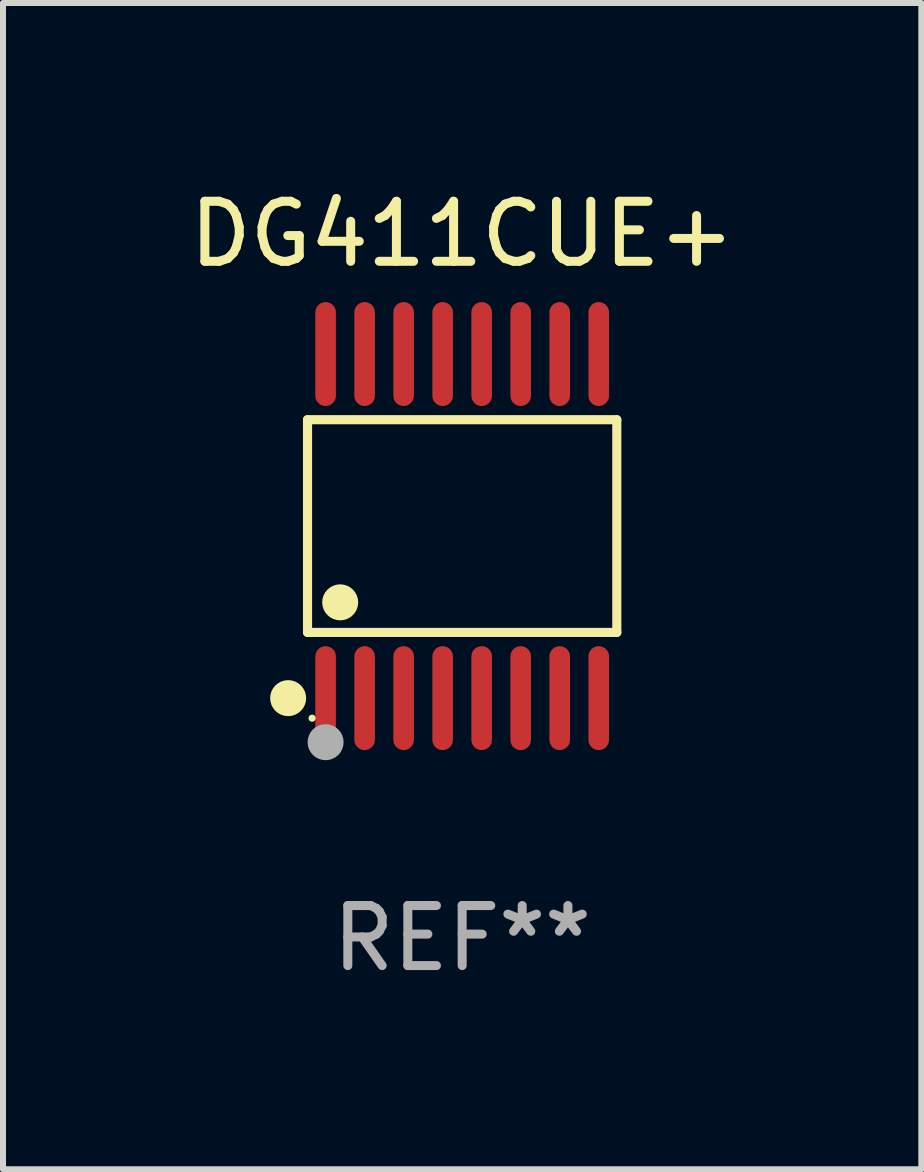
<source format=kicad_pcb>
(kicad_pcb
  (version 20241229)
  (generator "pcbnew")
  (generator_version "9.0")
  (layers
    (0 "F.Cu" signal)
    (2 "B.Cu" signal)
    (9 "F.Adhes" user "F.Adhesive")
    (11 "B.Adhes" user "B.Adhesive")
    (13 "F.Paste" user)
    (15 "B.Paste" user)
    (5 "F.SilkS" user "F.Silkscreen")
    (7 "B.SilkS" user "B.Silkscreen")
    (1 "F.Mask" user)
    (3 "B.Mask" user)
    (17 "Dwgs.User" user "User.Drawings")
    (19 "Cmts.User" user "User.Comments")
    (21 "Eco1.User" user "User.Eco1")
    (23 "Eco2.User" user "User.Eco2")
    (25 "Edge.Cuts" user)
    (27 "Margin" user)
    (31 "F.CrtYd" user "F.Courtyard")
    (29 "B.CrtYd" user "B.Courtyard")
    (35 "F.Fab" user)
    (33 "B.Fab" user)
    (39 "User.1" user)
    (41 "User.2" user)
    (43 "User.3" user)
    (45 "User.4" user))
  (footprint "DG411CUE+"
    (layer "F.Cu")
    (at 4.649 5.714)
    (property "Reference" "DG411CUE+" (at 0 -4.866 0) (layer "F.SilkS") (effects (font (size 1 1) (thickness 0.15))))
    (attr through_hole)
    (fp_line (start -2.576 -1.772) (end 2.576 -1.772) (stroke (width 0.152) (type solid)) (layer "F.SilkS"))
    (fp_line (start -2.576 1.771) (end -2.576 -1.772) (stroke (width 0.152) (type solid)) (layer "F.SilkS"))
    (fp_line (start 2.576 -1.772) (end 2.576 1.771) (stroke (width 0.152) (type solid)) (layer "F.SilkS"))
    (fp_line (start 2.576 1.771) (end -2.576 1.771) (stroke (width 0.152) (type solid)) (layer "F.SilkS"))
    (fp_circle (center -2.899 2.866) (end -2.749 2.866) (stroke (width 0.3) (type solid)) (fill no) (layer "F.SilkS"))
    (fp_circle (center -2.5 3.2) (end -2.47 3.2) (stroke (width 0.06) (type solid)) (fill no) (layer "F.SilkS"))
    (fp_circle (center -2.032 1.27) (end -1.882 1.27) (stroke (width 0.3) (type solid)) (fill no) (layer "F.SilkS"))
    (fp_circle (center -2.275 3.6) (end -2.125 3.6) (stroke (width 0.3) (type solid)) (fill no) (layer "F.Fab"))
    (fp_text user "REF**" (at 0 6.866 0) (layer "F.Fab") (effects (font (size 1 1) (thickness 0.15))))
    (pad "1" smd oval (at -2.275 2.866) (size 0.343 1.731) (layers "F.Cu" "F.Mask" "F.Paste"))
    (pad "2" smd oval (at -1.625 2.866) (size 0.343 1.731) (layers "F.Cu" "F.Mask" "F.Paste"))
    (pad "3" smd oval (at -0.975 2.866) (size 0.343 1.731) (layers "F.Cu" "F.Mask" "F.Paste"))
    (pad "4" smd oval (at -0.325 2.866) (size 0.343 1.731) (layers "F.Cu" "F.Mask" "F.Paste"))
    (pad "5" smd oval (at 0.325 2.866) (size 0.343 1.731) (layers "F.Cu" "F.Mask" "F.Paste"))
    (pad "6" smd oval (at 0.975 2.866) (size 0.343 1.731) (layers "F.Cu" "F.Mask" "F.Paste"))
    (pad "7" smd oval (at 1.625 2.866) (size 0.343 1.731) (layers "F.Cu" "F.Mask" "F.Paste"))
    (pad "8" smd oval (at 2.275 2.866) (size 0.343 1.731) (layers "F.Cu" "F.Mask" "F.Paste"))
    (pad "9" smd oval (at 2.275 -2.866) (size 0.343 1.731) (layers "F.Cu" "F.Mask" "F.Paste"))
    (pad "10" smd oval (at 1.625 -2.866) (size 0.343 1.731) (layers "F.Cu" "F.Mask" "F.Paste"))
    (pad "11" smd oval (at 0.975 -2.866) (size 0.343 1.731) (layers "F.Cu" "F.Mask" "F.Paste"))
    (pad "12" smd oval (at 0.325 -2.866) (size 0.343 1.731) (layers "F.Cu" "F.Mask" "F.Paste"))
    (pad "13" smd oval (at -0.325 -2.866) (size 0.343 1.731) (layers "F.Cu" "F.Mask" "F.Paste"))
    (pad "14" smd oval (at -0.975 -2.866) (size 0.343 1.731) (layers "F.Cu" "F.Mask" "F.Paste"))
    (pad "15" smd oval (at -1.625 -2.866) (size 0.343 1.731) (layers "F.Cu" "F.Mask" "F.Paste"))
    (pad "16" smd oval (at -2.275 -2.866) (size 0.343 1.731) (layers "F.Cu" "F.Mask" "F.Paste")))
  (gr_rect
    (start -3 -3)
    (end 12.298 16.428)
    (stroke (width 0.1) (type default))
    (fill no)
    (layer "Edge.Cuts")))
</source>
